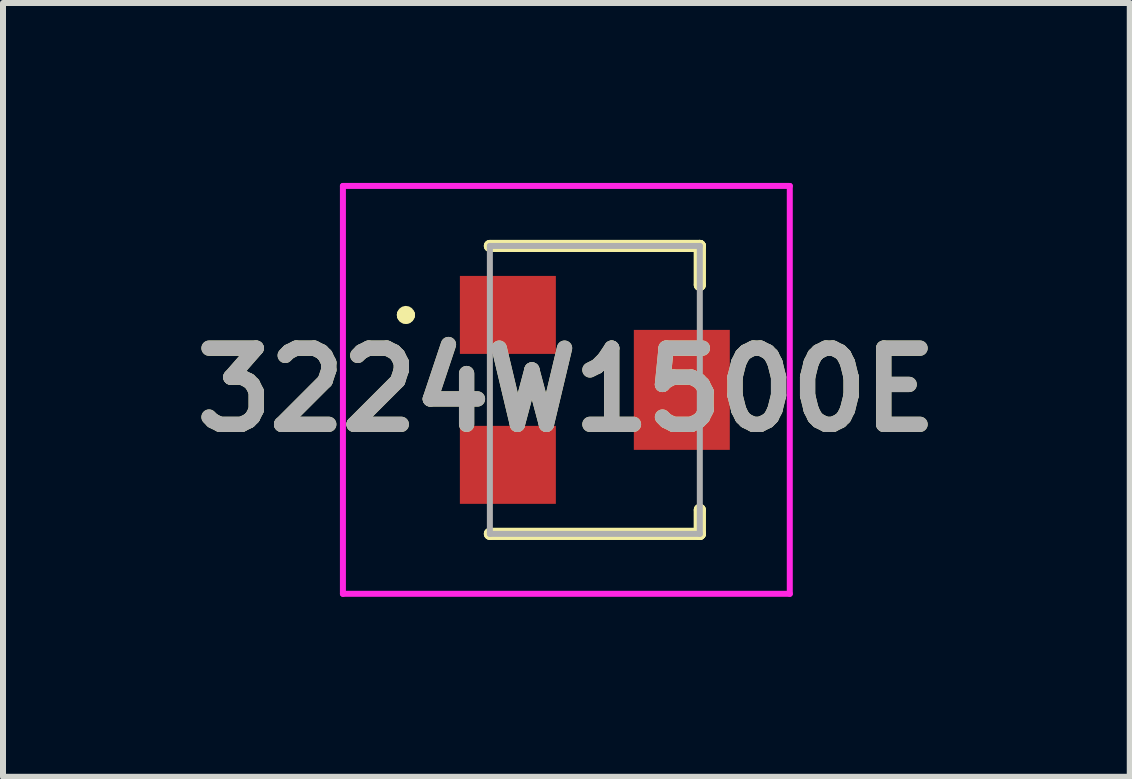
<source format=kicad_pcb>
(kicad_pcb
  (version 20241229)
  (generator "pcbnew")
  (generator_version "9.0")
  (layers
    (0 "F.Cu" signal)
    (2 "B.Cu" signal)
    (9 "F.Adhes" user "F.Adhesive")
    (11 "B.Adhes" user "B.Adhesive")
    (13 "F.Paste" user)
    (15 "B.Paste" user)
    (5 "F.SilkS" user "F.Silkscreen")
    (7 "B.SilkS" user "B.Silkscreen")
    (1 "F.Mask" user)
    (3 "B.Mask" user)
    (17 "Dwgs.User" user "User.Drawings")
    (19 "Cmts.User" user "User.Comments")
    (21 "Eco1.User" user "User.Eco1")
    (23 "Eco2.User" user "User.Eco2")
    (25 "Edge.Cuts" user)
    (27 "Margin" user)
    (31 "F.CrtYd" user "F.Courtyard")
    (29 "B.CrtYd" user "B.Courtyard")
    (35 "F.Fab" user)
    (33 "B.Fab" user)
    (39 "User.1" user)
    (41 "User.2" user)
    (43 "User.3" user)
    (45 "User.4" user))
  (footprint "3224W1500E"
    (layer "F.Cu")
    (at 6.867 3.45)
    (property "Reference" "3224W1500E" (at -0.475 0 0) (layer "F.SilkS") (effects (font (size 1.27 1.27) (thickness 0.254))))
    (attr smd)
    (fp_line (start -3.2 -1.25) (end -3.2 -1.25) (stroke (width 0.2) (type solid)) (layer "F.SilkS"))
    (fp_line (start -3.2 -1.25) (end -3.2 -1.25) (stroke (width 0.2) (type solid)) (layer "F.SilkS"))
    (fp_line (start -3.1 -1.25) (end -3.1 -1.25) (stroke (width 0.2) (type solid)) (layer "F.SilkS"))
    (fp_line (start -1.75 -2.4) (end -1.75 -2.4) (stroke (width 0.2) (type solid)) (layer "F.SilkS"))
    (fp_line (start -1.75 -2.4) (end 1.75 -2.4) (stroke (width 0.2) (type solid)) (layer "F.SilkS"))
    (fp_line (start -1.75 2.4) (end -1.75 2.4) (stroke (width 0.2) (type solid)) (layer "F.SilkS"))
    (fp_line (start -1.75 2.4) (end 1.75 2.4) (stroke (width 0.2) (type solid)) (layer "F.SilkS"))
    (fp_line (start 1.75 -2.4) (end -1.75 -2.4) (stroke (width 0.2) (type solid)) (layer "F.SilkS"))
    (fp_line (start 1.75 -2.4) (end 1.75 -2.4) (stroke (width 0.2) (type solid)) (layer "F.SilkS"))
    (fp_line (start 1.75 -2.4) (end 1.75 -2.4) (stroke (width 0.2) (type solid)) (layer "F.SilkS"))
    (fp_line (start 1.75 -2.4) (end 1.75 -1.75) (stroke (width 0.2) (type solid)) (layer "F.SilkS"))
    (fp_line (start 1.75 -1.75) (end 1.75 -2.4) (stroke (width 0.2) (type solid)) (layer "F.SilkS"))
    (fp_line (start 1.75 -1.75) (end 1.75 -1.75) (stroke (width 0.2) (type solid)) (layer "F.SilkS"))
    (fp_line (start 1.75 2) (end 1.75 2) (stroke (width 0.2) (type solid)) (layer "F.SilkS"))
    (fp_line (start 1.75 2) (end 1.75 2.4) (stroke (width 0.2) (type solid)) (layer "F.SilkS"))
    (fp_line (start 1.75 2.4) (end -1.75 2.4) (stroke (width 0.2) (type solid)) (layer "F.SilkS"))
    (fp_line (start 1.75 2.4) (end 1.75 2) (stroke (width 0.2) (type solid)) (layer "F.SilkS"))
    (fp_line (start 1.75 2.4) (end 1.75 2.4) (stroke (width 0.2) (type solid)) (layer "F.SilkS"))
    (fp_line (start 1.75 2.4) (end 1.75 2.4) (stroke (width 0.2) (type solid)) (layer "F.SilkS"))
    (fp_arc (start -3.2 -1.25) (mid -3.15 -1.3) (end -3.1 -1.25) (stroke (width 0.2) (type solid)) (layer "F.SilkS"))
    (fp_arc (start -3.1 -1.25) (mid -3.15 -1.2) (end -3.2 -1.25) (stroke (width 0.2) (type solid)) (layer "F.SilkS"))
    (fp_arc (start -3.1 -1.25) (mid -3.15 -1.2) (end -3.2 -1.25) (stroke (width 0.2) (type solid)) (layer "F.SilkS"))
    (fp_line (start -4.2 -3.4) (end 3.25 -3.4) (stroke (width 0.1) (type solid)) (layer "F.CrtYd"))
    (fp_line (start -4.2 3.4) (end -4.2 -3.4) (stroke (width 0.1) (type solid)) (layer "F.CrtYd"))
    (fp_line (start 3.25 -3.4) (end 3.25 3.4) (stroke (width 0.1) (type solid)) (layer "F.CrtYd"))
    (fp_line (start 3.25 3.4) (end -4.2 3.4) (stroke (width 0.1) (type solid)) (layer "F.CrtYd"))
    (fp_line (start -1.75 -2.4) (end -1.75 2.4) (stroke (width 0.1) (type solid)) (layer "F.Fab"))
    (fp_line (start -1.75 2.4) (end 1.75 2.4) (stroke (width 0.1) (type solid)) (layer "F.Fab"))
    (fp_line (start 1.75 -2.4) (end -1.75 -2.4) (stroke (width 0.1) (type solid)) (layer "F.Fab"))
    (fp_line (start 1.75 2.4) (end 1.75 -2.4) (stroke (width 0.1) (type solid)) (layer "F.Fab"))
    (fp_text user "${REFERENCE}" (at -0.475 0 0) (layer "F.Fab") (effects (font (size 1.27 1.27) (thickness 0.254))))
    (pad "1" smd rect (at -1.45 -1.25 90) (size 1.3 1.6) (layers "F.Cu" "F.Mask" "F.Paste"))
    (pad "2" smd rect (at 1.45 0) (size 1.6 2) (layers "F.Cu" "F.Mask" "F.Paste"))
    (pad "3" smd rect (at -1.45 1.25 90) (size 1.3 1.6) (layers "F.Cu" "F.Mask" "F.Paste")))
  (gr_rect
    (start -3 -3)
    (end 15.785 9.9)
    (stroke (width 0.1) (type default))
    (fill no)
    (layer "Edge.Cuts")))
</source>
